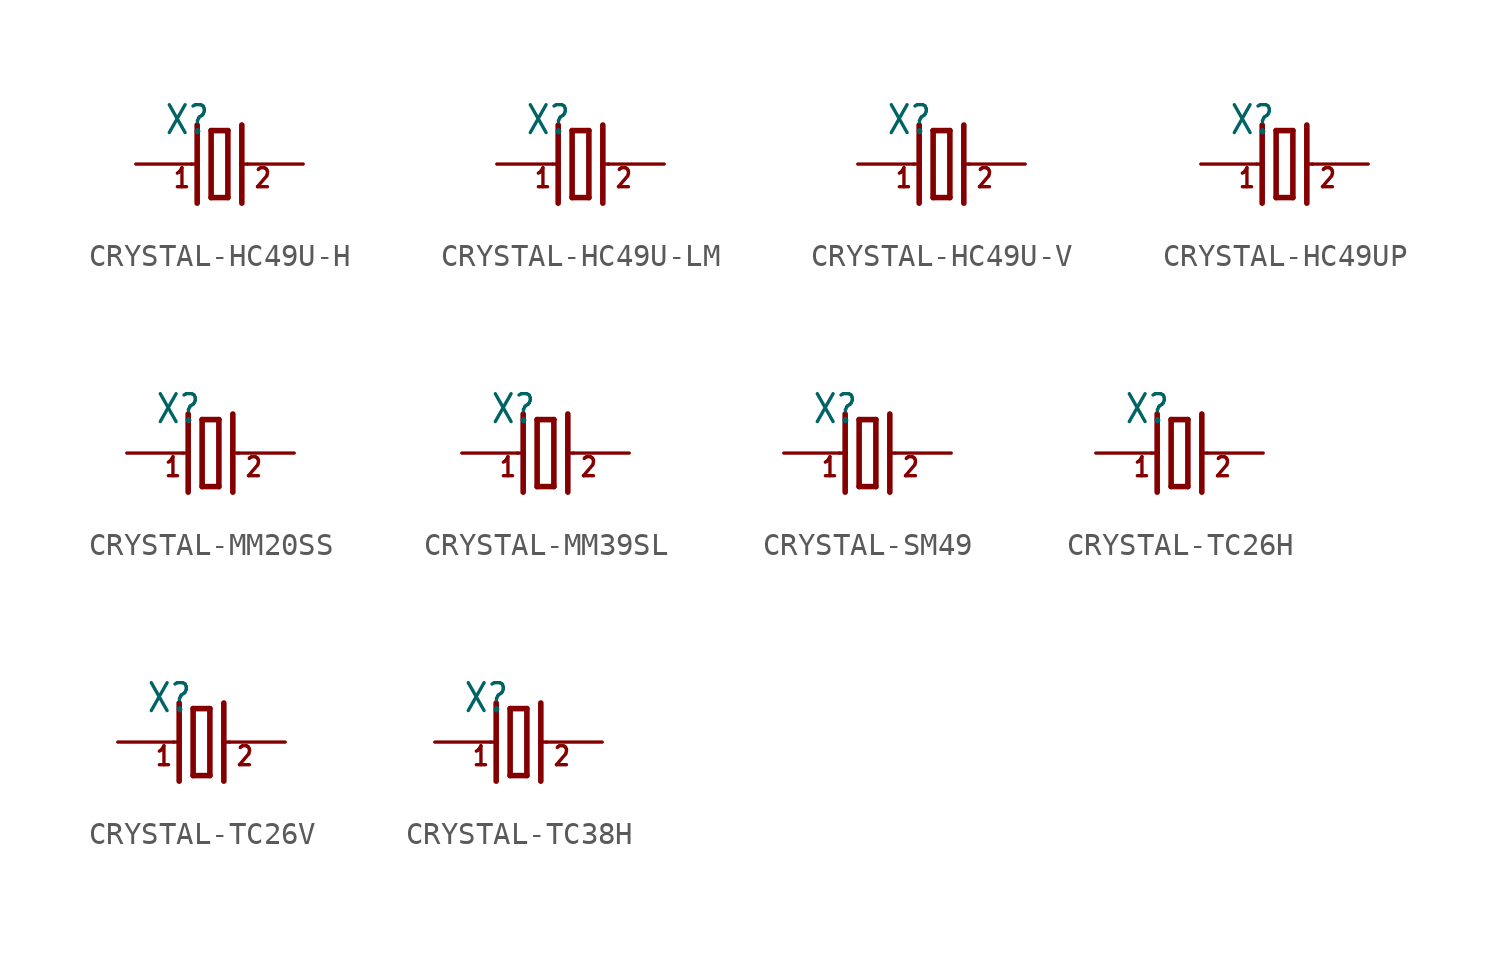
<source format=kicad_sym>
(kicad_symbol_lib
  (version 20220914)
  (generator kicad_symbol_editor)
  (symbol "CRYSTAL-HC49U-H"
    (property "Reference" "X"
      (at -2.54 1.27 0)
      (effects (font (size 1.27 1.079)) (justify left bottom)))
    (property "Value" ""
      (at -2.54 -2.667 0)
      (effects (font (size 1.27 1.079)) (justify left bottom)))
    (property "ki_locked" ""
      (at 0 0 0)
      (effects (font (size 1.27 1.27))))
    (symbol "CRYSTAL-HC49U-H_1_0"
      (polyline (pts (xy -1.27 0) (xy -1.016 0)) (stroke (width 0.152) (type solid)) (fill (type none)))
      (polyline (pts (xy -1.016 0) (xy -1.016 -1.778)) (stroke (width 0.254) (type solid)) (fill (type none)))
      (polyline (pts (xy -1.016 1.778) (xy -1.016 0)) (stroke (width 0.254) (type solid)) (fill (type none)))
      (polyline (pts (xy -0.381 -1.524) (xy 0.381 -1.524)) (stroke (width 0.254) (type solid)) (fill (type none)))
      (polyline (pts (xy -0.381 1.524) (xy -0.381 -1.524)) (stroke (width 0.254) (type solid)) (fill (type none)))
      (polyline (pts (xy 0.381 -1.524) (xy 0.381 1.524)) (stroke (width 0.254) (type solid)) (fill (type none)))
      (polyline (pts (xy 0.381 1.524) (xy -0.381 1.524)) (stroke (width 0.254) (type solid)) (fill (type none)))
      (polyline (pts (xy 1.016 0) (xy 1.016 -1.778)) (stroke (width 0.254) (type solid)) (fill (type none)))
      (polyline (pts (xy 1.016 0) (xy 1.27 0)) (stroke (width 0.152) (type solid)) (fill (type none)))
      (polyline (pts (xy 1.016 1.778) (xy 1.016 0)) (stroke (width 0.254) (type solid)) (fill (type none)))
      (text "1" (at -2.159 -1.143 0) (effects (font (size 0.864 0.734)) (justify left bottom)))
      (text "2" (at 1.524 -1.143 0) (effects (font (size 0.864 0.734)) (justify left bottom)))
      (pin passive line (at -3.81 0 0) (length 2.54) (name "1" (effects (font (size 0 0)))) (number "1" (effects (font (size 0 0)))))
      (pin passive line (at 3.81 0 180) (length 2.54) (name "2" (effects (font (size 0 0)))) (number "2" (effects (font (size 0 0)))))))
  (symbol "CRYSTAL-HC49U-LM"
    (property "Reference" "X"
      (at -2.54 1.27 0)
      (effects (font (size 1.27 1.079)) (justify left bottom)))
    (property "Value" ""
      (at -2.54 -2.667 0)
      (effects (font (size 1.27 1.079)) (justify left bottom)))
    (property "ki_locked" ""
      (at 0 0 0)
      (effects (font (size 1.27 1.27))))
    (symbol "CRYSTAL-HC49U-LM_1_0"
      (polyline (pts (xy -1.27 0) (xy -1.016 0)) (stroke (width 0.152) (type solid)) (fill (type none)))
      (polyline (pts (xy -1.016 0) (xy -1.016 -1.778)) (stroke (width 0.254) (type solid)) (fill (type none)))
      (polyline (pts (xy -1.016 1.778) (xy -1.016 0)) (stroke (width 0.254) (type solid)) (fill (type none)))
      (polyline (pts (xy -0.381 -1.524) (xy 0.381 -1.524)) (stroke (width 0.254) (type solid)) (fill (type none)))
      (polyline (pts (xy -0.381 1.524) (xy -0.381 -1.524)) (stroke (width 0.254) (type solid)) (fill (type none)))
      (polyline (pts (xy 0.381 -1.524) (xy 0.381 1.524)) (stroke (width 0.254) (type solid)) (fill (type none)))
      (polyline (pts (xy 0.381 1.524) (xy -0.381 1.524)) (stroke (width 0.254) (type solid)) (fill (type none)))
      (polyline (pts (xy 1.016 0) (xy 1.016 -1.778)) (stroke (width 0.254) (type solid)) (fill (type none)))
      (polyline (pts (xy 1.016 0) (xy 1.27 0)) (stroke (width 0.152) (type solid)) (fill (type none)))
      (polyline (pts (xy 1.016 1.778) (xy 1.016 0)) (stroke (width 0.254) (type solid)) (fill (type none)))
      (text "1" (at -2.159 -1.143 0) (effects (font (size 0.864 0.734)) (justify left bottom)))
      (text "2" (at 1.524 -1.143 0) (effects (font (size 0.864 0.734)) (justify left bottom)))
      (pin passive line (at -3.81 0 0) (length 2.54) (name "1" (effects (font (size 0 0)))) (number "1" (effects (font (size 0 0)))))
      (pin passive line (at 3.81 0 180) (length 2.54) (name "2" (effects (font (size 0 0)))) (number "2" (effects (font (size 0 0)))))))
  (symbol "CRYSTAL-HC49U-V"
    (property "Reference" "X"
      (at -2.54 1.27 0)
      (effects (font (size 1.27 1.079)) (justify left bottom)))
    (property "Value" ""
      (at -2.54 -2.667 0)
      (effects (font (size 1.27 1.079)) (justify left bottom)))
    (property "ki_locked" ""
      (at 0 0 0)
      (effects (font (size 1.27 1.27))))
    (symbol "CRYSTAL-HC49U-V_1_0"
      (polyline (pts (xy -1.27 0) (xy -1.016 0)) (stroke (width 0.152) (type solid)) (fill (type none)))
      (polyline (pts (xy -1.016 0) (xy -1.016 -1.778)) (stroke (width 0.254) (type solid)) (fill (type none)))
      (polyline (pts (xy -1.016 1.778) (xy -1.016 0)) (stroke (width 0.254) (type solid)) (fill (type none)))
      (polyline (pts (xy -0.381 -1.524) (xy 0.381 -1.524)) (stroke (width 0.254) (type solid)) (fill (type none)))
      (polyline (pts (xy -0.381 1.524) (xy -0.381 -1.524)) (stroke (width 0.254) (type solid)) (fill (type none)))
      (polyline (pts (xy 0.381 -1.524) (xy 0.381 1.524)) (stroke (width 0.254) (type solid)) (fill (type none)))
      (polyline (pts (xy 0.381 1.524) (xy -0.381 1.524)) (stroke (width 0.254) (type solid)) (fill (type none)))
      (polyline (pts (xy 1.016 0) (xy 1.016 -1.778)) (stroke (width 0.254) (type solid)) (fill (type none)))
      (polyline (pts (xy 1.016 0) (xy 1.27 0)) (stroke (width 0.152) (type solid)) (fill (type none)))
      (polyline (pts (xy 1.016 1.778) (xy 1.016 0)) (stroke (width 0.254) (type solid)) (fill (type none)))
      (text "1" (at -2.159 -1.143 0) (effects (font (size 0.864 0.734)) (justify left bottom)))
      (text "2" (at 1.524 -1.143 0) (effects (font (size 0.864 0.734)) (justify left bottom)))
      (pin passive line (at -3.81 0 0) (length 2.54) (name "1" (effects (font (size 0 0)))) (number "1" (effects (font (size 0 0)))))
      (pin passive line (at 3.81 0 180) (length 2.54) (name "2" (effects (font (size 0 0)))) (number "2" (effects (font (size 0 0)))))))
  (symbol "CRYSTAL-HC49UP"
    (property "Reference" "X"
      (at -2.54 1.27 0)
      (effects (font (size 1.27 1.079)) (justify left bottom)))
    (property "Value" ""
      (at -2.54 -2.667 0)
      (effects (font (size 1.27 1.079)) (justify left bottom)))
    (property "ki_locked" ""
      (at 0 0 0)
      (effects (font (size 1.27 1.27))))
    (symbol "CRYSTAL-HC49UP_1_0"
      (polyline (pts (xy -1.27 0) (xy -1.016 0)) (stroke (width 0.152) (type solid)) (fill (type none)))
      (polyline (pts (xy -1.016 0) (xy -1.016 -1.778)) (stroke (width 0.254) (type solid)) (fill (type none)))
      (polyline (pts (xy -1.016 1.778) (xy -1.016 0)) (stroke (width 0.254) (type solid)) (fill (type none)))
      (polyline (pts (xy -0.381 -1.524) (xy 0.381 -1.524)) (stroke (width 0.254) (type solid)) (fill (type none)))
      (polyline (pts (xy -0.381 1.524) (xy -0.381 -1.524)) (stroke (width 0.254) (type solid)) (fill (type none)))
      (polyline (pts (xy 0.381 -1.524) (xy 0.381 1.524)) (stroke (width 0.254) (type solid)) (fill (type none)))
      (polyline (pts (xy 0.381 1.524) (xy -0.381 1.524)) (stroke (width 0.254) (type solid)) (fill (type none)))
      (polyline (pts (xy 1.016 0) (xy 1.016 -1.778)) (stroke (width 0.254) (type solid)) (fill (type none)))
      (polyline (pts (xy 1.016 0) (xy 1.27 0)) (stroke (width 0.152) (type solid)) (fill (type none)))
      (polyline (pts (xy 1.016 1.778) (xy 1.016 0)) (stroke (width 0.254) (type solid)) (fill (type none)))
      (text "1" (at -2.159 -1.143 0) (effects (font (size 0.864 0.734)) (justify left bottom)))
      (text "2" (at 1.524 -1.143 0) (effects (font (size 0.864 0.734)) (justify left bottom)))
      (pin passive line (at -3.81 0 0) (length 2.54) (name "1" (effects (font (size 0 0)))) (number "1" (effects (font (size 0 0)))))
      (pin passive line (at 3.81 0 180) (length 2.54) (name "2" (effects (font (size 0 0)))) (number "2" (effects (font (size 0 0)))))))
  (symbol "CRYSTAL-MM20SS"
    (property "Reference" "X"
      (at -2.54 1.27 0)
      (effects (font (size 1.27 1.079)) (justify left bottom)))
    (property "Value" ""
      (at -2.54 -2.667 0)
      (effects (font (size 1.27 1.079)) (justify left bottom)))
    (property "ki_locked" ""
      (at 0 0 0)
      (effects (font (size 1.27 1.27))))
    (symbol "CRYSTAL-MM20SS_1_0"
      (polyline (pts (xy -1.27 0) (xy -1.016 0)) (stroke (width 0.152) (type solid)) (fill (type none)))
      (polyline (pts (xy -1.016 0) (xy -1.016 -1.778)) (stroke (width 0.254) (type solid)) (fill (type none)))
      (polyline (pts (xy -1.016 1.778) (xy -1.016 0)) (stroke (width 0.254) (type solid)) (fill (type none)))
      (polyline (pts (xy -0.381 -1.524) (xy 0.381 -1.524)) (stroke (width 0.254) (type solid)) (fill (type none)))
      (polyline (pts (xy -0.381 1.524) (xy -0.381 -1.524)) (stroke (width 0.254) (type solid)) (fill (type none)))
      (polyline (pts (xy 0.381 -1.524) (xy 0.381 1.524)) (stroke (width 0.254) (type solid)) (fill (type none)))
      (polyline (pts (xy 0.381 1.524) (xy -0.381 1.524)) (stroke (width 0.254) (type solid)) (fill (type none)))
      (polyline (pts (xy 1.016 0) (xy 1.016 -1.778)) (stroke (width 0.254) (type solid)) (fill (type none)))
      (polyline (pts (xy 1.016 0) (xy 1.27 0)) (stroke (width 0.152) (type solid)) (fill (type none)))
      (polyline (pts (xy 1.016 1.778) (xy 1.016 0)) (stroke (width 0.254) (type solid)) (fill (type none)))
      (text "1" (at -2.159 -1.143 0) (effects (font (size 0.864 0.734)) (justify left bottom)))
      (text "2" (at 1.524 -1.143 0) (effects (font (size 0.864 0.734)) (justify left bottom)))
      (pin passive line (at -3.81 0 0) (length 2.54) (name "1" (effects (font (size 0 0)))) (number "1" (effects (font (size 0 0)))))
      (pin passive line (at 3.81 0 180) (length 2.54) (name "2" (effects (font (size 0 0)))) (number "4" (effects (font (size 0 0)))))))
  (symbol "CRYSTAL-MM39SL"
    (property "Reference" "X"
      (at -2.54 1.27 0)
      (effects (font (size 1.27 1.079)) (justify left bottom)))
    (property "Value" ""
      (at -2.54 -2.667 0)
      (effects (font (size 1.27 1.079)) (justify left bottom)))
    (property "ki_locked" ""
      (at 0 0 0)
      (effects (font (size 1.27 1.27))))
    (symbol "CRYSTAL-MM39SL_1_0"
      (polyline (pts (xy -1.27 0) (xy -1.016 0)) (stroke (width 0.152) (type solid)) (fill (type none)))
      (polyline (pts (xy -1.016 0) (xy -1.016 -1.778)) (stroke (width 0.254) (type solid)) (fill (type none)))
      (polyline (pts (xy -1.016 1.778) (xy -1.016 0)) (stroke (width 0.254) (type solid)) (fill (type none)))
      (polyline (pts (xy -0.381 -1.524) (xy 0.381 -1.524)) (stroke (width 0.254) (type solid)) (fill (type none)))
      (polyline (pts (xy -0.381 1.524) (xy -0.381 -1.524)) (stroke (width 0.254) (type solid)) (fill (type none)))
      (polyline (pts (xy 0.381 -1.524) (xy 0.381 1.524)) (stroke (width 0.254) (type solid)) (fill (type none)))
      (polyline (pts (xy 0.381 1.524) (xy -0.381 1.524)) (stroke (width 0.254) (type solid)) (fill (type none)))
      (polyline (pts (xy 1.016 0) (xy 1.016 -1.778)) (stroke (width 0.254) (type solid)) (fill (type none)))
      (polyline (pts (xy 1.016 0) (xy 1.27 0)) (stroke (width 0.152) (type solid)) (fill (type none)))
      (polyline (pts (xy 1.016 1.778) (xy 1.016 0)) (stroke (width 0.254) (type solid)) (fill (type none)))
      (text "1" (at -2.159 -1.143 0) (effects (font (size 0.864 0.734)) (justify left bottom)))
      (text "2" (at 1.524 -1.143 0) (effects (font (size 0.864 0.734)) (justify left bottom)))
      (pin passive line (at -3.81 0 0) (length 2.54) (name "1" (effects (font (size 0 0)))) (number "1" (effects (font (size 0 0)))))
      (pin passive line (at 3.81 0 180) (length 2.54) (name "2" (effects (font (size 0 0)))) (number "4" (effects (font (size 0 0)))))))
  (symbol "CRYSTAL-SM49"
    (property "Reference" "X"
      (at -2.54 1.27 0)
      (effects (font (size 1.27 1.079)) (justify left bottom)))
    (property "Value" ""
      (at -2.54 -2.667 0)
      (effects (font (size 1.27 1.079)) (justify left bottom)))
    (property "ki_locked" ""
      (at 0 0 0)
      (effects (font (size 1.27 1.27))))
    (symbol "CRYSTAL-SM49_1_0"
      (polyline (pts (xy -1.27 0) (xy -1.016 0)) (stroke (width 0.152) (type solid)) (fill (type none)))
      (polyline (pts (xy -1.016 0) (xy -1.016 -1.778)) (stroke (width 0.254) (type solid)) (fill (type none)))
      (polyline (pts (xy -1.016 1.778) (xy -1.016 0)) (stroke (width 0.254) (type solid)) (fill (type none)))
      (polyline (pts (xy -0.381 -1.524) (xy 0.381 -1.524)) (stroke (width 0.254) (type solid)) (fill (type none)))
      (polyline (pts (xy -0.381 1.524) (xy -0.381 -1.524)) (stroke (width 0.254) (type solid)) (fill (type none)))
      (polyline (pts (xy 0.381 -1.524) (xy 0.381 1.524)) (stroke (width 0.254) (type solid)) (fill (type none)))
      (polyline (pts (xy 0.381 1.524) (xy -0.381 1.524)) (stroke (width 0.254) (type solid)) (fill (type none)))
      (polyline (pts (xy 1.016 0) (xy 1.016 -1.778)) (stroke (width 0.254) (type solid)) (fill (type none)))
      (polyline (pts (xy 1.016 0) (xy 1.27 0)) (stroke (width 0.152) (type solid)) (fill (type none)))
      (polyline (pts (xy 1.016 1.778) (xy 1.016 0)) (stroke (width 0.254) (type solid)) (fill (type none)))
      (text "1" (at -2.159 -1.143 0) (effects (font (size 0.864 0.734)) (justify left bottom)))
      (text "2" (at 1.524 -1.143 0) (effects (font (size 0.864 0.734)) (justify left bottom)))
      (pin passive line (at -3.81 0 0) (length 2.54) (name "1" (effects (font (size 0 0)))) (number "1" (effects (font (size 0 0)))))
      (pin passive line (at 3.81 0 180) (length 2.54) (name "2" (effects (font (size 0 0)))) (number "2" (effects (font (size 0 0)))))))
  (symbol "CRYSTAL-TC26H"
    (property "Reference" "X"
      (at -2.54 1.27 0)
      (effects (font (size 1.27 1.079)) (justify left bottom)))
    (property "Value" ""
      (at -2.54 -2.667 0)
      (effects (font (size 1.27 1.079)) (justify left bottom)))
    (property "ki_locked" ""
      (at 0 0 0)
      (effects (font (size 1.27 1.27))))
    (symbol "CRYSTAL-TC26H_1_0"
      (polyline (pts (xy -1.27 0) (xy -1.016 0)) (stroke (width 0.152) (type solid)) (fill (type none)))
      (polyline (pts (xy -1.016 0) (xy -1.016 -1.778)) (stroke (width 0.254) (type solid)) (fill (type none)))
      (polyline (pts (xy -1.016 1.778) (xy -1.016 0)) (stroke (width 0.254) (type solid)) (fill (type none)))
      (polyline (pts (xy -0.381 -1.524) (xy 0.381 -1.524)) (stroke (width 0.254) (type solid)) (fill (type none)))
      (polyline (pts (xy -0.381 1.524) (xy -0.381 -1.524)) (stroke (width 0.254) (type solid)) (fill (type none)))
      (polyline (pts (xy 0.381 -1.524) (xy 0.381 1.524)) (stroke (width 0.254) (type solid)) (fill (type none)))
      (polyline (pts (xy 0.381 1.524) (xy -0.381 1.524)) (stroke (width 0.254) (type solid)) (fill (type none)))
      (polyline (pts (xy 1.016 0) (xy 1.016 -1.778)) (stroke (width 0.254) (type solid)) (fill (type none)))
      (polyline (pts (xy 1.016 0) (xy 1.27 0)) (stroke (width 0.152) (type solid)) (fill (type none)))
      (polyline (pts (xy 1.016 1.778) (xy 1.016 0)) (stroke (width 0.254) (type solid)) (fill (type none)))
      (text "1" (at -2.159 -1.143 0) (effects (font (size 0.864 0.734)) (justify left bottom)))
      (text "2" (at 1.524 -1.143 0) (effects (font (size 0.864 0.734)) (justify left bottom)))
      (pin passive line (at -3.81 0 0) (length 2.54) (name "1" (effects (font (size 0 0)))) (number "1" (effects (font (size 0 0)))))
      (pin passive line (at 3.81 0 180) (length 2.54) (name "2" (effects (font (size 0 0)))) (number "2" (effects (font (size 0 0)))))))
  (symbol "CRYSTAL-TC26V"
    (property "Reference" "X"
      (at -2.54 1.27 0)
      (effects (font (size 1.27 1.079)) (justify left bottom)))
    (property "Value" ""
      (at -2.54 -2.667 0)
      (effects (font (size 1.27 1.079)) (justify left bottom)))
    (property "ki_locked" ""
      (at 0 0 0)
      (effects (font (size 1.27 1.27))))
    (symbol "CRYSTAL-TC26V_1_0"
      (polyline (pts (xy -1.27 0) (xy -1.016 0)) (stroke (width 0.152) (type solid)) (fill (type none)))
      (polyline (pts (xy -1.016 0) (xy -1.016 -1.778)) (stroke (width 0.254) (type solid)) (fill (type none)))
      (polyline (pts (xy -1.016 1.778) (xy -1.016 0)) (stroke (width 0.254) (type solid)) (fill (type none)))
      (polyline (pts (xy -0.381 -1.524) (xy 0.381 -1.524)) (stroke (width 0.254) (type solid)) (fill (type none)))
      (polyline (pts (xy -0.381 1.524) (xy -0.381 -1.524)) (stroke (width 0.254) (type solid)) (fill (type none)))
      (polyline (pts (xy 0.381 -1.524) (xy 0.381 1.524)) (stroke (width 0.254) (type solid)) (fill (type none)))
      (polyline (pts (xy 0.381 1.524) (xy -0.381 1.524)) (stroke (width 0.254) (type solid)) (fill (type none)))
      (polyline (pts (xy 1.016 0) (xy 1.016 -1.778)) (stroke (width 0.254) (type solid)) (fill (type none)))
      (polyline (pts (xy 1.016 0) (xy 1.27 0)) (stroke (width 0.152) (type solid)) (fill (type none)))
      (polyline (pts (xy 1.016 1.778) (xy 1.016 0)) (stroke (width 0.254) (type solid)) (fill (type none)))
      (text "1" (at -2.159 -1.143 0) (effects (font (size 0.864 0.734)) (justify left bottom)))
      (text "2" (at 1.524 -1.143 0) (effects (font (size 0.864 0.734)) (justify left bottom)))
      (pin passive line (at -3.81 0 0) (length 2.54) (name "1" (effects (font (size 0 0)))) (number "1" (effects (font (size 0 0)))))
      (pin passive line (at 3.81 0 180) (length 2.54) (name "2" (effects (font (size 0 0)))) (number "2" (effects (font (size 0 0)))))))
  (symbol "CRYSTAL-TC38H"
    (property "Reference" "X"
      (at -2.54 1.27 0)
      (effects (font (size 1.27 1.079)) (justify left bottom)))
    (property "Value" ""
      (at -2.54 -2.667 0)
      (effects (font (size 1.27 1.079)) (justify left bottom)))
    (property "ki_locked" ""
      (at 0 0 0)
      (effects (font (size 1.27 1.27))))
    (symbol "CRYSTAL-TC38H_1_0"
      (polyline (pts (xy -1.27 0) (xy -1.016 0)) (stroke (width 0.152) (type solid)) (fill (type none)))
      (polyline (pts (xy -1.016 0) (xy -1.016 -1.778)) (stroke (width 0.254) (type solid)) (fill (type none)))
      (polyline (pts (xy -1.016 1.778) (xy -1.016 0)) (stroke (width 0.254) (type solid)) (fill (type none)))
      (polyline (pts (xy -0.381 -1.524) (xy 0.381 -1.524)) (stroke (width 0.254) (type solid)) (fill (type none)))
      (polyline (pts (xy -0.381 1.524) (xy -0.381 -1.524)) (stroke (width 0.254) (type solid)) (fill (type none)))
      (polyline (pts (xy 0.381 -1.524) (xy 0.381 1.524)) (stroke (width 0.254) (type solid)) (fill (type none)))
      (polyline (pts (xy 0.381 1.524) (xy -0.381 1.524)) (stroke (width 0.254) (type solid)) (fill (type none)))
      (polyline (pts (xy 1.016 0) (xy 1.016 -1.778)) (stroke (width 0.254) (type solid)) (fill (type none)))
      (polyline (pts (xy 1.016 0) (xy 1.27 0)) (stroke (width 0.152) (type solid)) (fill (type none)))
      (polyline (pts (xy 1.016 1.778) (xy 1.016 0)) (stroke (width 0.254) (type solid)) (fill (type none)))
      (text "1" (at -2.159 -1.143 0) (effects (font (size 0.864 0.734)) (justify left bottom)))
      (text "2" (at 1.524 -1.143 0) (effects (font (size 0.864 0.734)) (justify left bottom)))
      (pin passive line (at -3.81 0 0) (length 2.54) (name "1" (effects (font (size 0 0)))) (number "1" (effects (font (size 0 0)))))
      (pin passive line (at 3.81 0 180) (length 2.54) (name "2" (effects (font (size 0 0)))) (number "2" (effects (font (size 0 0))))))))
</source>
